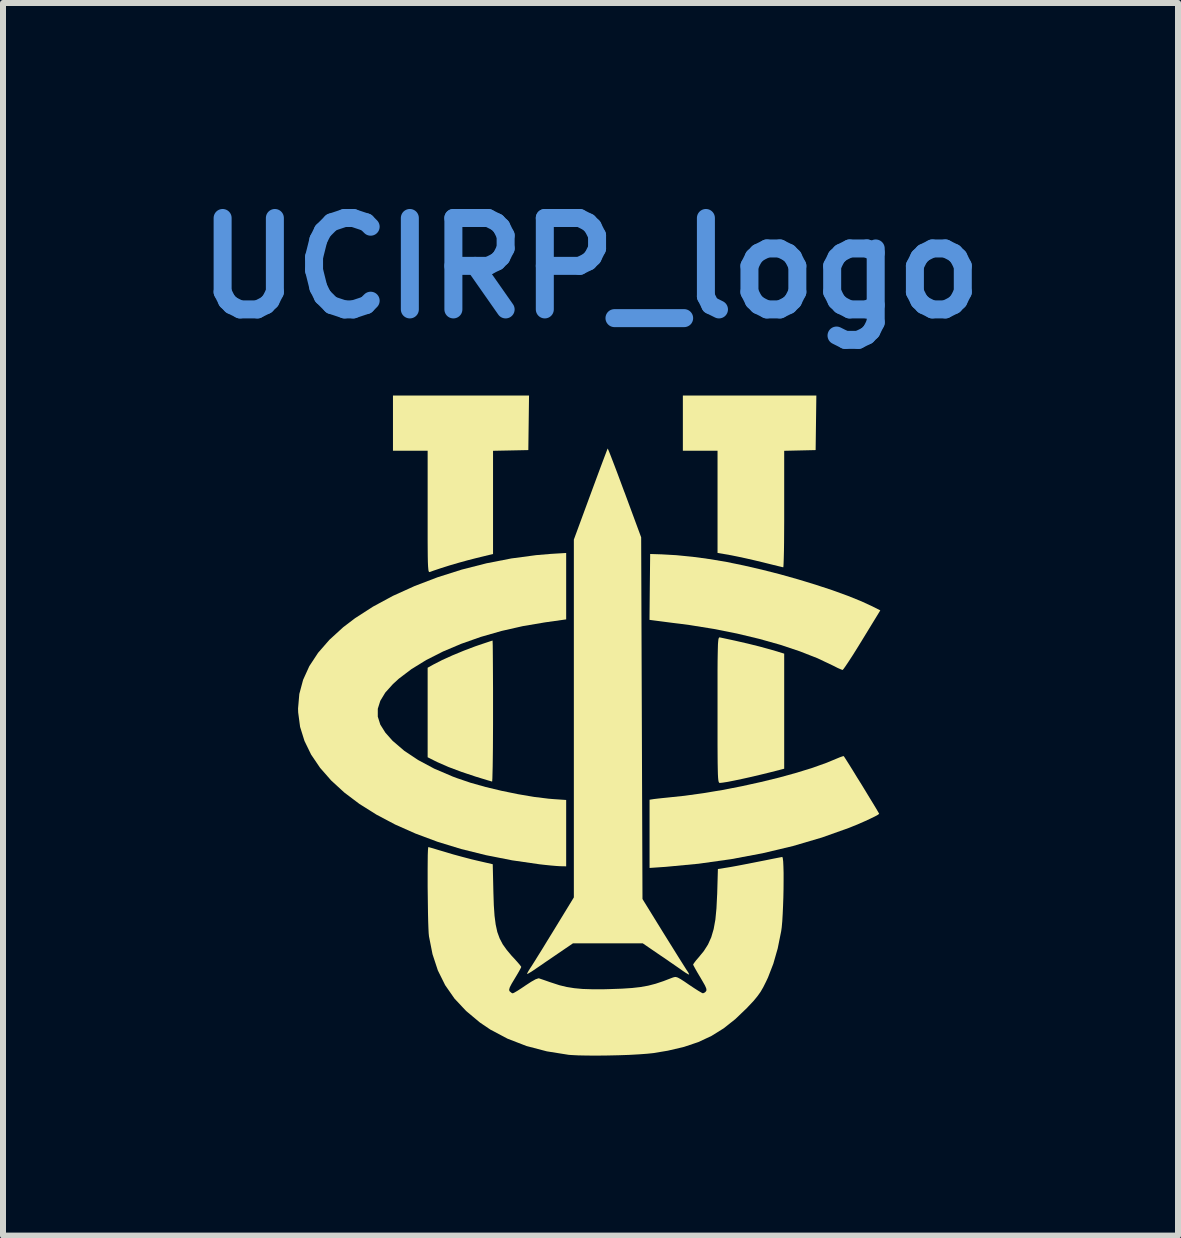
<source format=kicad_pcb>
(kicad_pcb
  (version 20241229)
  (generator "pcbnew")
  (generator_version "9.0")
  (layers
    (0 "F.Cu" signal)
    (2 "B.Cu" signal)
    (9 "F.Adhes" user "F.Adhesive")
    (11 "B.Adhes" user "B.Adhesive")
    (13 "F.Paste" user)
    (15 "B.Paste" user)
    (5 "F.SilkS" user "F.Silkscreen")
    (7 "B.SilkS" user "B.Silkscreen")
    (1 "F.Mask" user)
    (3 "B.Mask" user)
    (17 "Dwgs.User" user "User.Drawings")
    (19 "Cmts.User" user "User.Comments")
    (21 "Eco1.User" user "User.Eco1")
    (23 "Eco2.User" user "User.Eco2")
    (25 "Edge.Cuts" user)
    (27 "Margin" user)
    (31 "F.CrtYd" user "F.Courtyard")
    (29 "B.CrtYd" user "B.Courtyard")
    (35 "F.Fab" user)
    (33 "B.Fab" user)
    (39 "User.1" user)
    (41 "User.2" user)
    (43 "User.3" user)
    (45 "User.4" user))
  (footprint "UCIRP_logo"
    (layer "F.Cu")
    (at 6.793 9.038)
    (property "Reference" "UCIRP_logo" (at 0 -7.62 0) (layer "Cmts.User") (effects (font (size 1.524 1.524) (thickness 0.3))))
    (attr board_only exclude_from_pos_files exclude_from_bom)
    (fp_poly (pts (xy 3.752 -4.586) (xy 3.49 -4.58) (xy 3.228 -4.574) (xy 3.228 -3.602) (xy 3.228 -3.403) (xy 3.227 -3.217) (xy 3.226 -3.05) (xy 3.224 -2.905) (xy 3.221 -2.787) (xy 3.218 -2.699) (xy 3.215 -2.646) (xy 3.212 -2.632) (xy 3.187 -2.638) (xy 3.128 -2.652) (xy 3.042 -2.673) (xy 2.937 -2.699) (xy 2.865 -2.717) (xy 2.731 -2.749) (xy 2.591 -2.781) (xy 2.46 -2.809) (xy 2.352 -2.831) (xy 2.325 -2.836) (xy 2.117 -2.872) (xy 2.117 -4.575) (xy 1.539 -4.575) (xy 1.539 -5.495) (xy 3.764 -5.495)) (stroke (width 0) (type solid)) (fill yes) (layer "F.SilkS"))
    (fp_poly (pts (xy -1.031 -5.04) (xy -1.037 -4.586) (xy -1.331 -4.58) (xy -1.625 -4.574) (xy -1.625 -2.854) (xy -1.908 -2.785) (xy -2.045 -2.75) (xy -2.197 -2.708) (xy -2.351 -2.663) (xy -2.496 -2.617) (xy -2.618 -2.576) (xy -2.678 -2.554) (xy -2.687 -2.553) (xy -2.694 -2.558) (xy -2.7 -2.574) (xy -2.704 -2.603) (xy -2.708 -2.65) (xy -2.711 -2.718) (xy -2.713 -2.81) (xy -2.714 -2.93) (xy -2.715 -3.081) (xy -2.715 -3.267) (xy -2.715 -3.491) (xy -2.715 -3.558) (xy -2.715 -4.575) (xy -3.293 -4.575) (xy -3.293 -5.495) (xy -1.025 -5.495)) (stroke (width 0) (type solid)) (fill yes) (layer "F.SilkS"))
    (fp_poly (pts (xy -1.632 -1.39) (xy -1.63 -1.331) (xy -1.629 -1.236) (xy -1.628 -1.11) (xy -1.627 -0.957) (xy -1.626 -0.78) (xy -1.625 -0.584) (xy -1.625 -0.372) (xy -1.625 -0.235) (xy -1.625 -0.015) (xy -1.626 0.191) (xy -1.627 0.38) (xy -1.629 0.548) (xy -1.631 0.691) (xy -1.634 0.805) (xy -1.636 0.886) (xy -1.639 0.931) (xy -1.641 0.939) (xy -1.666 0.932) (xy -1.724 0.915) (xy -1.806 0.89) (xy -1.904 0.86) (xy -1.914 0.857) (xy -2.15 0.778) (xy -2.366 0.697) (xy -2.551 0.616) (xy -2.61 0.587) (xy -2.715 0.534) (xy -2.715 -0.958) (xy -2.624 -1.009) (xy -2.476 -1.085) (xy -2.3 -1.165) (xy -2.111 -1.243) (xy -1.924 -1.314) (xy -1.895 -1.324) (xy -1.798 -1.357) (xy -1.717 -1.384) (xy -1.66 -1.403) (xy -1.634 -1.411) (xy -1.633 -1.411)) (stroke (width 0) (type solid)) (fill yes) (layer "F.SilkS"))
    (fp_poly (pts (xy 2.154 -1.464) (xy 2.405 -1.41) (xy 2.623 -1.36) (xy 2.816 -1.312) (xy 2.995 -1.263) (xy 3.084 -1.237) (xy 3.228 -1.193) (xy 3.228 0.725) (xy 3.148 0.746) (xy 2.995 0.785) (xy 2.836 0.824) (xy 2.68 0.861) (xy 2.531 0.894) (xy 2.398 0.922) (xy 2.287 0.944) (xy 2.203 0.957) (xy 2.156 0.962) (xy 2.148 0.961) (xy 2.141 0.954) (xy 2.135 0.94) (xy 2.13 0.914) (xy 2.126 0.873) (xy 2.123 0.814) (xy 2.121 0.734) (xy 2.119 0.63) (xy 2.118 0.498) (xy 2.117 0.334) (xy 2.117 0.136) (xy 2.117 -0.099) (xy 2.117 -0.255) (xy 2.117 -0.514) (xy 2.117 -0.733) (xy 2.117 -0.916) (xy 2.118 -1.066) (xy 2.12 -1.186) (xy 2.122 -1.28) (xy 2.124 -1.35) (xy 2.128 -1.4) (xy 2.132 -1.434) (xy 2.138 -1.453) (xy 2.144 -1.462) (xy 2.152 -1.464)) (stroke (width 0) (type solid)) (fill yes) (layer "F.SilkS"))
    (fp_poly (pts (xy 1.187 -2.848) (xy 1.432 -2.834) (xy 1.704 -2.807) (xy 1.993 -2.768) (xy 1.999 -2.767) (xy 2.269 -2.721) (xy 2.556 -2.662) (xy 2.855 -2.593) (xy 3.158 -2.516) (xy 3.46 -2.431) (xy 3.752 -2.342) (xy 4.029 -2.251) (xy 4.285 -2.158) (xy 4.511 -2.067) (xy 4.702 -1.979) (xy 4.709 -1.975) (xy 4.83 -1.914) (xy 4.526 -1.417) (xy 4.446 -1.287) (xy 4.372 -1.169) (xy 4.307 -1.069) (xy 4.255 -0.991) (xy 4.219 -0.94) (xy 4.202 -0.921) (xy 4.201 -0.921) (xy 4.173 -0.931) (xy 4.118 -0.955) (xy 4.049 -0.99) (xy 4.041 -0.994) (xy 3.784 -1.116) (xy 3.49 -1.231) (xy 3.165 -1.34) (xy 2.813 -1.439) (xy 2.441 -1.528) (xy 2.054 -1.605) (xy 1.656 -1.669) (xy 1.507 -1.689) (xy 1.383 -1.704) (xy 1.267 -1.719) (xy 1.168 -1.732) (xy 1.097 -1.741) (xy 1.074 -1.744) (xy 0.983 -1.756) (xy 0.988 -2.305) (xy 0.994 -2.854)) (stroke (width 0) (type solid)) (fill yes) (layer "F.SilkS"))
    (fp_poly (pts (xy 4.236 0.538) (xy 4.27 0.591) (xy 4.318 0.667) (xy 4.377 0.762) (xy 4.443 0.87) (xy 4.514 0.983) (xy 4.584 1.098) (xy 4.65 1.207) (xy 4.71 1.305) (xy 4.759 1.386) (xy 4.793 1.444) (xy 4.81 1.474) (xy 4.811 1.476) (xy 4.792 1.492) (xy 4.741 1.52) (xy 4.665 1.557) (xy 4.57 1.601) (xy 4.465 1.647) (xy 4.355 1.692) (xy 4.308 1.711) (xy 3.859 1.871) (xy 3.377 2.013) (xy 2.869 2.134) (xy 2.341 2.233) (xy 1.799 2.309) (xy 1.249 2.361) (xy 1.203 2.364) (xy 0.984 2.379) (xy 0.984 1.242) (xy 1.053 1.231) (xy 1.111 1.224) (xy 1.192 1.215) (xy 1.272 1.207) (xy 1.567 1.176) (xy 1.878 1.133) (xy 2.197 1.08) (xy 2.52 1.017) (xy 2.838 0.947) (xy 3.145 0.872) (xy 3.435 0.792) (xy 3.7 0.71) (xy 3.935 0.626) (xy 4.089 0.562) (xy 4.154 0.535) (xy 4.202 0.518) (xy 4.221 0.515)) (stroke (width 0) (type solid)) (fill yes) (layer "F.SilkS"))
    (fp_poly (pts (xy 0.295 -4.594) (xy 0.317 -4.541) (xy 0.35 -4.456) (xy 0.393 -4.344) (xy 0.444 -4.21) (xy 0.501 -4.057) (xy 0.563 -3.89) (xy 0.569 -3.876) (xy 0.844 -3.132) (xy 0.855 -0.118) (xy 0.866 2.897) (xy 1.216 3.464) (xy 1.305 3.607) (xy 1.388 3.74) (xy 1.462 3.859) (xy 1.525 3.959) (xy 1.573 4.035) (xy 1.602 4.081) (xy 1.609 4.09) (xy 1.635 4.132) (xy 1.644 4.156) (xy 1.643 4.157) (xy 1.623 4.149) (xy 1.58 4.123) (xy 1.539 4.095) (xy 1.488 4.059) (xy 1.41 4.005) (xy 1.314 3.939) (xy 1.21 3.867) (xy 1.156 3.831) (xy 0.87 3.635) (xy -0.292 3.635) (xy -0.547 3.809) (xy -0.651 3.88) (xy -0.754 3.95) (xy -0.845 4.013) (xy -0.913 4.059) (xy -0.922 4.066) (xy -0.984 4.107) (xy -1.033 4.136) (xy -1.057 4.148) (xy -1.057 4.148) (xy -1.054 4.132) (xy -1.032 4.092) (xy -1.01 4.057) (xy -0.983 4.016) (xy -0.937 3.943) (xy -0.876 3.845) (xy -0.803 3.728) (xy -0.722 3.595) (xy -0.635 3.454) (xy -0.613 3.418) (xy -0.278 2.87) (xy -0.278 -3.094) (xy 0.000141 -3.849) (xy 0.063 -4.019) (xy 0.121 -4.176) (xy 0.173 -4.316) (xy 0.217 -4.433) (xy 0.252 -4.525) (xy 0.275 -4.586) (xy 0.285 -4.611) (xy 0.286 -4.612)) (stroke (width 0) (type solid)) (fill yes) (layer "F.SilkS"))
    (fp_poly (pts (xy -0.406 -2.317) (xy -0.406 -1.764) (xy -0.761 -1.714) (xy -1.127 -1.652) (xy -1.484 -1.571) (xy -1.829 -1.472) (xy -2.155 -1.357) (xy -2.46 -1.228) (xy -2.738 -1.087) (xy -2.985 -0.935) (xy -3.196 -0.775) (xy -3.294 -0.685) (xy -3.421 -0.544) (xy -3.504 -0.407) (xy -3.546 -0.274) (xy -3.546 -0.143) (xy -3.504 -0.01) (xy -3.419 0.125) (xy -3.299 0.26) (xy -3.105 0.426) (xy -2.874 0.58) (xy -2.605 0.724) (xy -2.296 0.856) (xy -2.221 0.884) (xy -2 0.959) (xy -1.748 1.03) (xy -1.48 1.094) (xy -1.206 1.15) (xy -0.941 1.195) (xy -0.697 1.225) (xy -0.611 1.232) (xy -0.406 1.246) (xy -0.406 2.352) (xy -0.508 2.35) (xy -0.572 2.346) (xy -0.664 2.338) (xy -0.771 2.327) (xy -0.85 2.318) (xy -1.307 2.252) (xy -1.743 2.166) (xy -2.158 2.063) (xy -2.55 1.943) (xy -2.917 1.806) (xy -3.257 1.655) (xy -3.569 1.49) (xy -3.852 1.312) (xy -4.104 1.122) (xy -4.323 0.921) (xy -4.508 0.71) (xy -4.657 0.49) (xy -4.768 0.262) (xy -4.841 0.028) (xy -4.873 -0.213) (xy -4.875 -0.278) (xy -4.854 -0.521) (xy -4.791 -0.756) (xy -4.687 -0.985) (xy -4.541 -1.207) (xy -4.353 -1.423) (xy -4.123 -1.633) (xy -3.926 -1.783) (xy -3.627 -1.976) (xy -3.294 -2.156) (xy -2.932 -2.32) (xy -2.547 -2.467) (xy -2.146 -2.594) (xy -1.734 -2.699) (xy -1.319 -2.78) (xy -0.906 -2.835) (xy -0.657 -2.856) (xy -0.406 -2.871)) (stroke (width 0) (type solid)) (fill yes) (layer "F.SilkS"))
    (fp_poly (pts (xy -2.68 2.037) (xy -2.623 2.053) (xy -2.542 2.078) (xy -2.443 2.107) (xy -2.42 2.114) (xy -2.286 2.154) (xy -2.135 2.195) (xy -1.987 2.234) (xy -1.89 2.257) (xy -1.63 2.317) (xy -1.619 2.789) (xy -1.612 3.001) (xy -1.6 3.176) (xy -1.581 3.322) (xy -1.554 3.446) (xy -1.515 3.553) (xy -1.464 3.651) (xy -1.397 3.745) (xy -1.314 3.844) (xy -1.28 3.88) (xy -1.223 3.943) (xy -1.18 3.993) (xy -1.157 4.024) (xy -1.155 4.029) (xy -1.165 4.052) (xy -1.193 4.104) (xy -1.234 4.174) (xy -1.264 4.224) (xy -1.315 4.309) (xy -1.345 4.367) (xy -1.356 4.404) (xy -1.353 4.428) (xy -1.347 4.436) (xy -1.314 4.463) (xy -1.296 4.469) (xy -1.27 4.457) (xy -1.217 4.426) (xy -1.146 4.38) (xy -1.084 4.338) (xy -0.989 4.276) (xy -0.916 4.235) (xy -0.869 4.219) (xy -0.859 4.219) (xy -0.824 4.231) (xy -0.759 4.253) (xy -0.677 4.282) (xy -0.64 4.294) (xy -0.517 4.334) (xy -0.397 4.363) (xy -0.272 4.383) (xy -0.133 4.396) (xy 0.028 4.401) (xy 0.22 4.401) (xy 0.327 4.398) (xy 0.526 4.391) (xy 0.692 4.38) (xy 0.834 4.364) (xy 0.962 4.341) (xy 1.085 4.309) (xy 1.214 4.266) (xy 1.357 4.211) (xy 1.362 4.209) (xy 1.393 4.199) (xy 1.421 4.196) (xy 1.454 4.206) (xy 1.5 4.231) (xy 1.567 4.274) (xy 1.641 4.325) (xy 1.725 4.381) (xy 1.797 4.427) (xy 1.85 4.458) (xy 1.874 4.469) (xy 1.906 4.454) (xy 1.924 4.436) (xy 1.933 4.416) (xy 1.928 4.385) (xy 1.907 4.337) (xy 1.866 4.265) (xy 1.831 4.205) (xy 1.782 4.123) (xy 1.743 4.054) (xy 1.717 4.006) (xy 1.71 3.989) (xy 1.724 3.966) (xy 1.758 3.921) (xy 1.801 3.871) (xy 1.888 3.765) (xy 1.958 3.655) (xy 2.012 3.535) (xy 2.052 3.399) (xy 2.081 3.24) (xy 2.099 3.052) (xy 2.11 2.829) (xy 2.111 2.818) (xy 2.123 2.397) (xy 2.275 2.373) (xy 2.347 2.361) (xy 2.451 2.342) (xy 2.576 2.318) (xy 2.709 2.292) (xy 2.8 2.274) (xy 2.922 2.25) (xy 3.03 2.228) (xy 3.116 2.211) (xy 3.174 2.2) (xy 3.196 2.195) (xy 3.204 2.214) (xy 3.211 2.269) (xy 3.215 2.354) (xy 3.218 2.463) (xy 3.218 2.59) (xy 3.217 2.728) (xy 3.214 2.871) (xy 3.209 3.012) (xy 3.203 3.146) (xy 3.196 3.267) (xy 3.187 3.367) (xy 3.178 3.432) (xy 3.12 3.72) (xy 3.047 3.975) (xy 2.958 4.205) (xy 2.927 4.271) (xy 2.879 4.367) (xy 2.833 4.446) (xy 2.782 4.517) (xy 2.719 4.594) (xy 2.633 4.685) (xy 2.608 4.712) (xy 2.414 4.898) (xy 2.22 5.052) (xy 2.016 5.179) (xy 1.798 5.281) (xy 1.557 5.362) (xy 1.288 5.425) (xy 1.048 5.465) (xy 0.942 5.476) (xy 0.804 5.486) (xy 0.643 5.495) (xy 0.467 5.501) (xy 0.285 5.505) (xy 0.106 5.507) (xy -0.061 5.506) (xy -0.207 5.503) (xy -0.324 5.497) (xy -0.363 5.494) (xy -0.728 5.436) (xy -1.068 5.347) (xy -1.383 5.225) (xy -1.67 5.073) (xy -1.843 4.956) (xy -2.074 4.763) (xy -2.267 4.557) (xy -2.423 4.333) (xy -2.545 4.087) (xy -2.634 3.816) (xy -2.693 3.517) (xy -2.698 3.465) (xy -2.702 3.382) (xy -2.706 3.272) (xy -2.709 3.142) (xy -2.711 2.998) (xy -2.713 2.846) (xy -2.715 2.691) (xy -2.715 2.539) (xy -2.715 2.397) (xy -2.714 2.271) (xy -2.713 2.165) (xy -2.71 2.086) (xy -2.706 2.04) (xy -2.704 2.031)) (stroke (width 0) (type solid)) (fill yes) (layer "F.SilkS")))
  (gr_rect
    (start -3 -3)
    (end 16.585 17.545)
    (stroke (width 0.1) (type default))
    (fill no)
    (layer "Edge.Cuts")))
</source>
